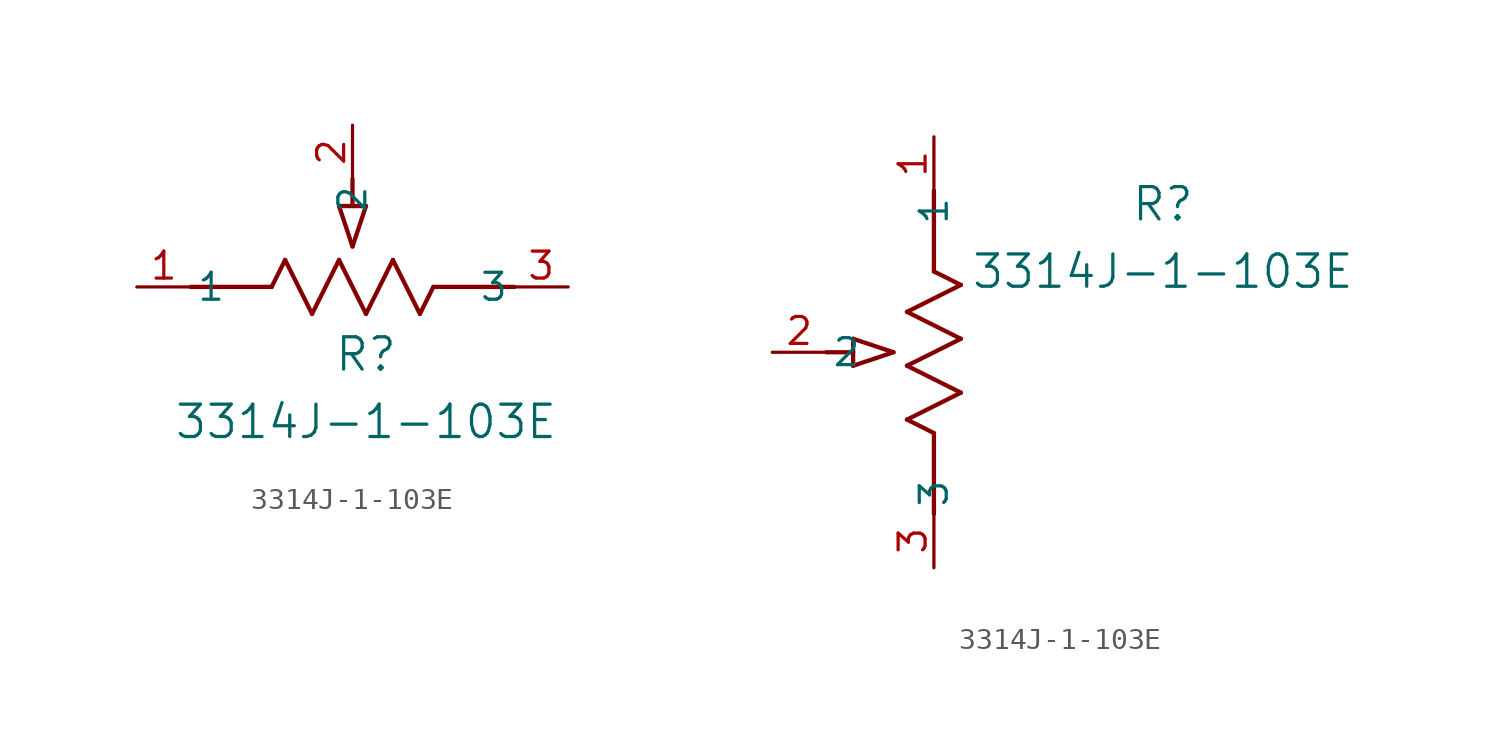
<source format=kicad_sym>
(kicad_symbol_lib
  (version 20241209)
  (generator "kicad_symbol_editor")
  (generator_version "9.0")
  (symbol "3314J-1-103E"
    (pin_names
      (offset 0.254))
    (property "Reference" "R"
      (at 10.795 -3.175 0)
      (effects (font (size 1.524 1.524))))
    (property "Value" "3314J-1-103E"
      (at 10.795 -6.35 0)
      (effects (font (size 1.524 1.524))))
    (property "ki_locked" ""
      (at 0 0 0)
      (effects (font (size 1.27 1.27))))
    (symbol "3314J-1-103E_1_1"
      (polyline (pts (xy 2.54 0) (xy 6.35 0)) (stroke (width 0.203) (type default)) (fill (type none)))
      (polyline (pts (xy 6.35 0) (xy 6.985 1.27)) (stroke (width 0.203) (type default)) (fill (type none)))
      (polyline (pts (xy 6.985 1.27) (xy 8.255 -1.27)) (stroke (width 0.203) (type default)) (fill (type none)))
      (polyline (pts (xy 8.255 -1.27) (xy 9.525 1.27)) (stroke (width 0.203) (type default)) (fill (type none)))
      (polyline (pts (xy 9.525 3.81) (xy 10.16 1.905)) (stroke (width 0.203) (type default)) (fill (type none)))
      (polyline (pts (xy 9.525 3.81) (xy 10.795 3.81)) (stroke (width 0.203) (type default)) (fill (type none)))
      (polyline (pts (xy 9.525 1.27) (xy 10.795 -1.27)) (stroke (width 0.203) (type default)) (fill (type none)))
      (polyline (pts (xy 10.16 3.81) (xy 10.16 5.08)) (stroke (width 0.203) (type default)) (fill (type none)))
      (polyline (pts (xy 10.795 3.81) (xy 10.16 1.905)) (stroke (width 0.203) (type default)) (fill (type none)))
      (polyline (pts (xy 10.795 -1.27) (xy 12.065 1.27)) (stroke (width 0.203) (type default)) (fill (type none)))
      (polyline (pts (xy 12.065 1.27) (xy 13.335 -1.27)) (stroke (width 0.203) (type default)) (fill (type none)))
      (polyline (pts (xy 13.335 -1.27) (xy 13.97 0)) (stroke (width 0.203) (type default)) (fill (type none)))
      (polyline (pts (xy 13.97 0) (xy 17.78 0)) (stroke (width 0.203) (type default)) (fill (type none)))
      (pin unspecified line (at 0 0 0) (length 2.54) (name "1" (effects (font (size 1.27 1.27)))) (number "1" (effects (font (size 1.27 1.27)))))
      (pin unspecified line (at 10.16 7.62 270) (length 2.54) (name "2" (effects (font (size 1.27 1.27)))) (number "2" (effects (font (size 1.27 1.27)))))
      (pin unspecified line (at 20.32 0 180) (length 2.54) (name "3" (effects (font (size 1.27 1.27)))) (number "3" (effects (font (size 1.27 1.27))))))
    (symbol "3314J-1-103E_1_2"
      (polyline (pts (xy -3.81 -9.525) (xy -1.905 -10.16)) (stroke (width 0.203) (type default)) (fill (type none)))
      (polyline (pts (xy -3.81 -10.16) (xy -5.08 -10.16)) (stroke (width 0.203) (type default)) (fill (type none)))
      (polyline (pts (xy -3.81 -10.795) (xy -3.81 -9.525)) (stroke (width 0.203) (type default)) (fill (type none)))
      (polyline (pts (xy -3.81 -10.795) (xy -1.905 -10.16)) (stroke (width 0.203) (type default)) (fill (type none)))
      (polyline (pts (xy -1.27 -8.255) (xy 1.27 -6.985)) (stroke (width 0.203) (type default)) (fill (type none)))
      (polyline (pts (xy -1.27 -10.795) (xy 1.27 -9.525)) (stroke (width 0.203) (type default)) (fill (type none)))
      (polyline (pts (xy -1.27 -13.335) (xy 1.27 -12.065)) (stroke (width 0.203) (type default)) (fill (type none)))
      (polyline (pts (xy 0 -6.35) (xy 0 -2.54)) (stroke (width 0.203) (type default)) (fill (type none)))
      (polyline (pts (xy 0 -13.97) (xy -1.27 -13.335)) (stroke (width 0.203) (type default)) (fill (type none)))
      (polyline (pts (xy 0 -17.78) (xy 0 -13.97)) (stroke (width 0.203) (type default)) (fill (type none)))
      (polyline (pts (xy 1.27 -6.985) (xy 0 -6.35)) (stroke (width 0.203) (type default)) (fill (type none)))
      (polyline (pts (xy 1.27 -9.525) (xy -1.27 -8.255)) (stroke (width 0.203) (type default)) (fill (type none)))
      (polyline (pts (xy 1.27 -12.065) (xy -1.27 -10.795)) (stroke (width 0.203) (type default)) (fill (type none)))
      (pin unspecified line (at -7.62 -10.16 0) (length 2.54) (name "2" (effects (font (size 1.27 1.27)))) (number "2" (effects (font (size 1.27 1.27)))))
      (pin unspecified line (at 0 0 270) (length 2.54) (name "1" (effects (font (size 1.27 1.27)))) (number "1" (effects (font (size 1.27 1.27)))))
      (pin unspecified line (at 0 -20.32 90) (length 2.54) (name "3" (effects (font (size 1.27 1.27)))) (number "3" (effects (font (size 1.27 1.27))))))))
</source>
